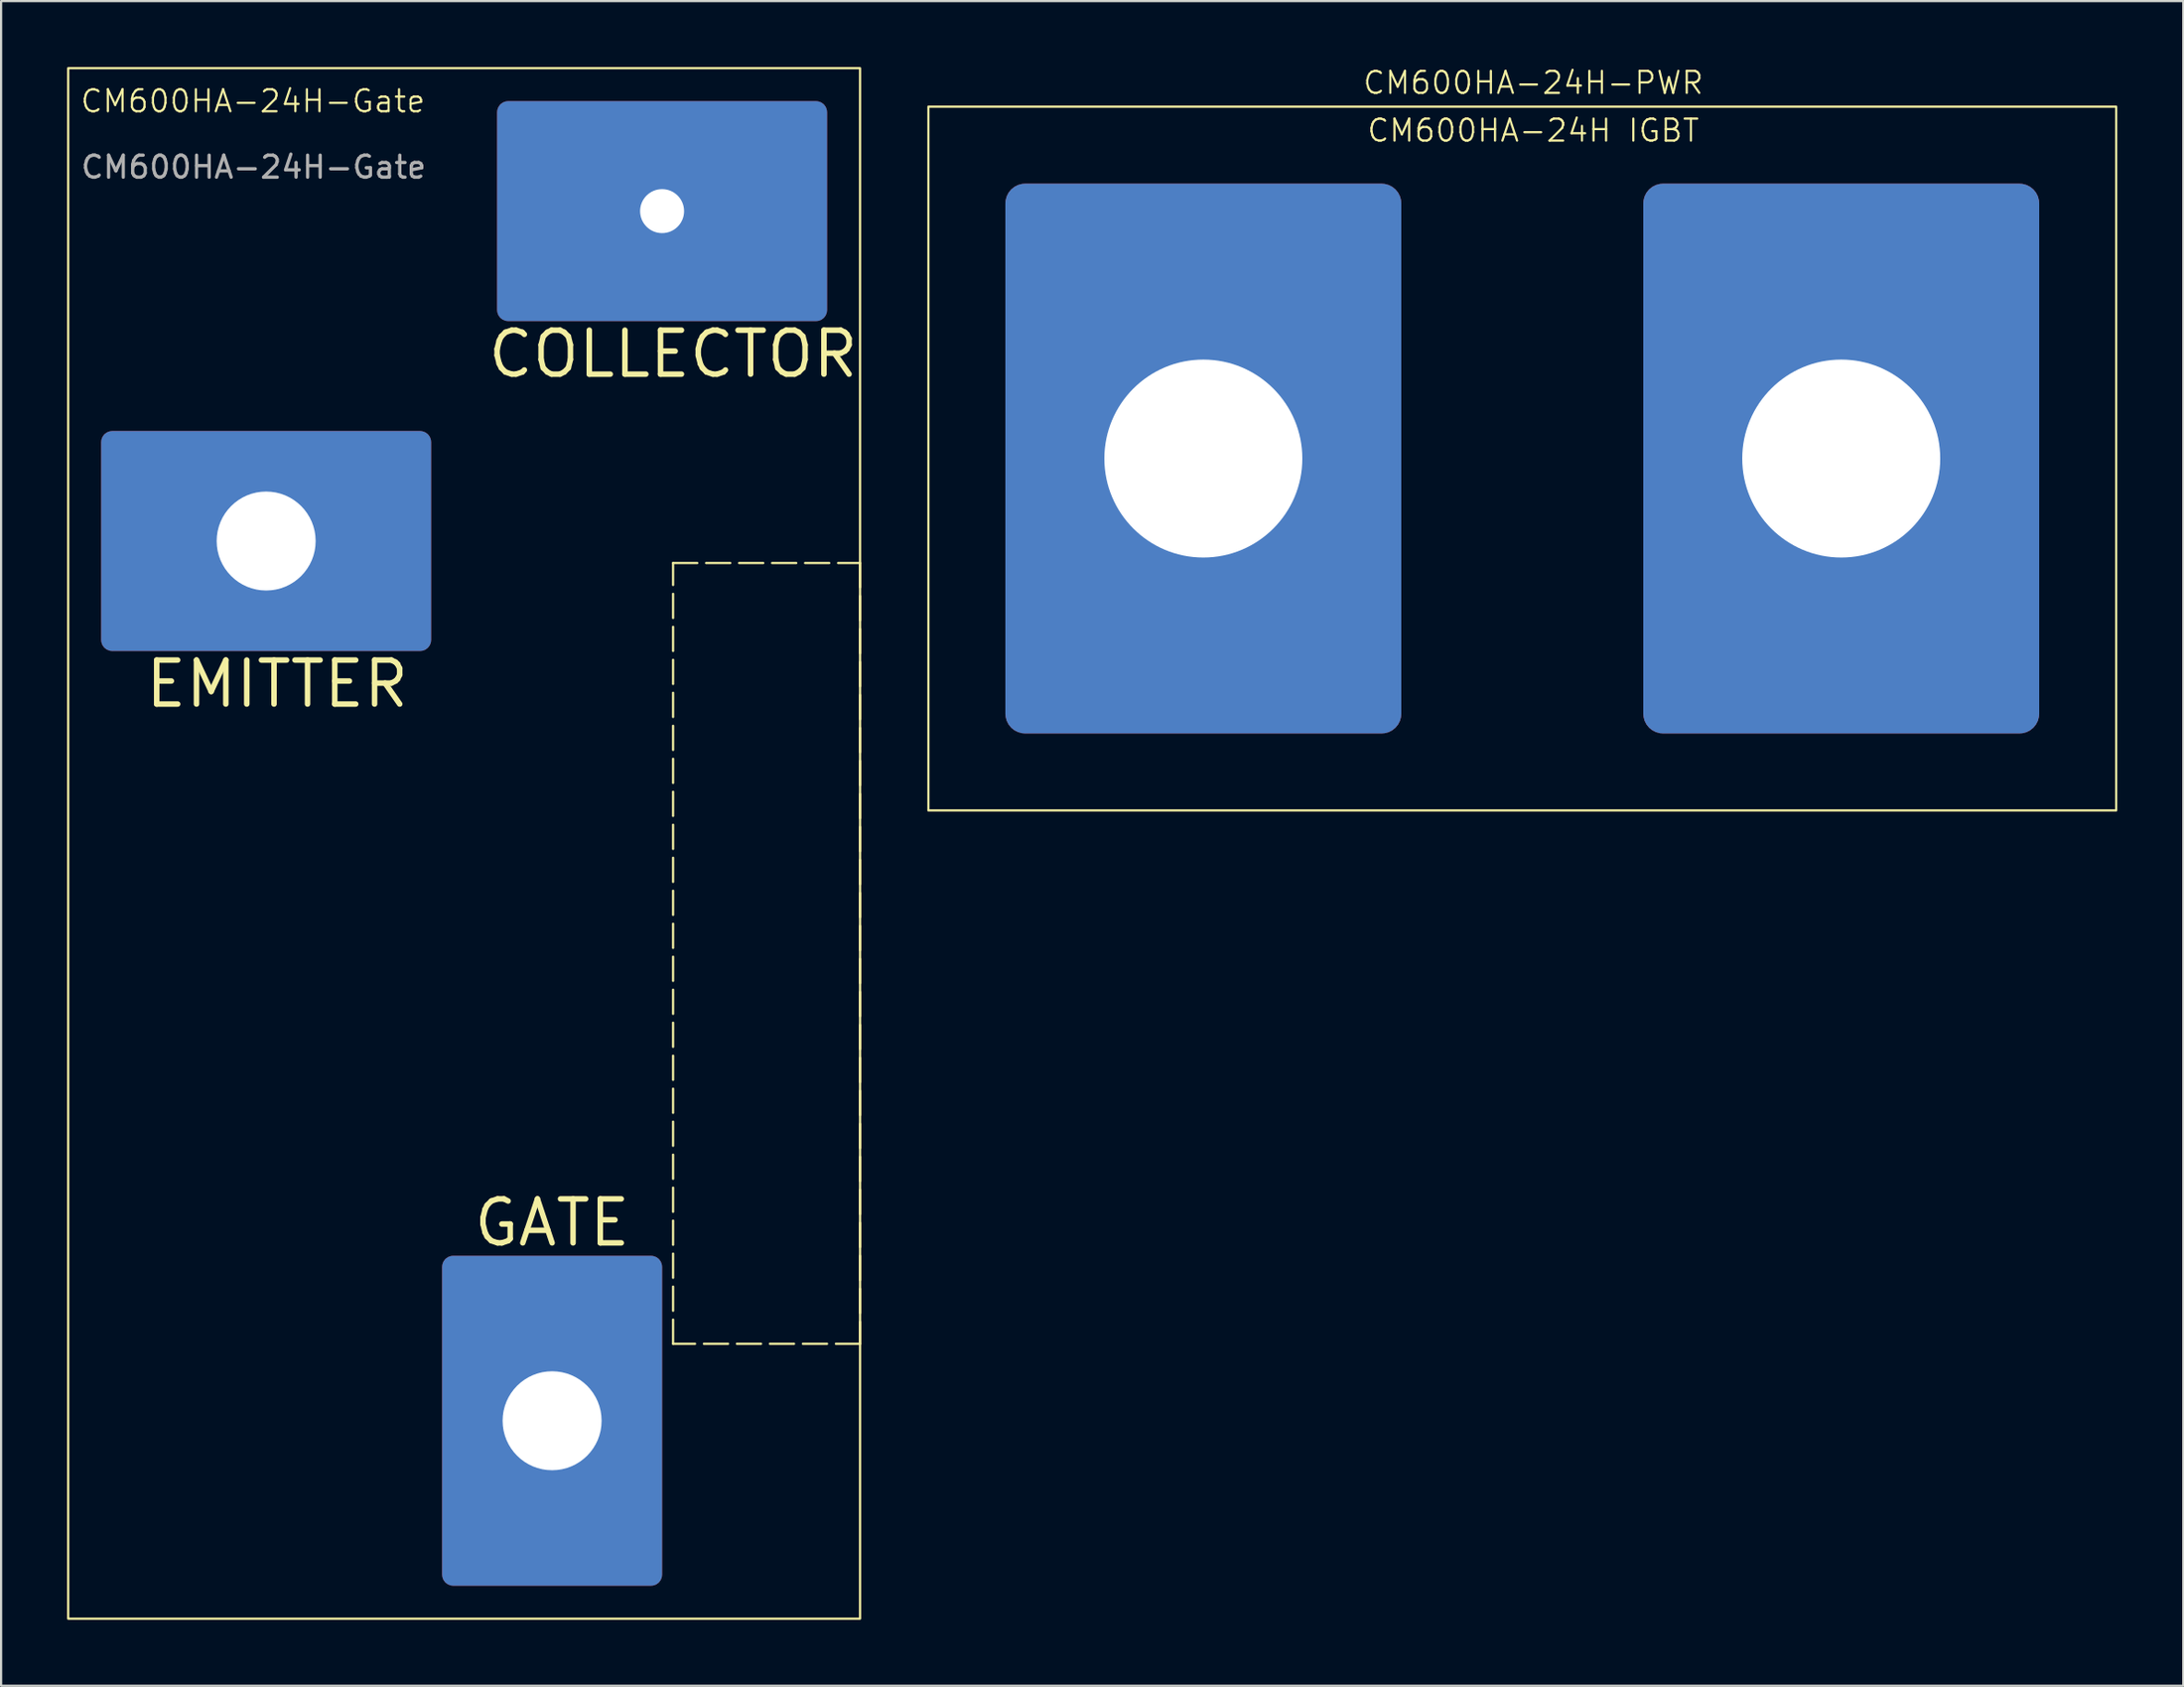
<source format=kicad_pcb>
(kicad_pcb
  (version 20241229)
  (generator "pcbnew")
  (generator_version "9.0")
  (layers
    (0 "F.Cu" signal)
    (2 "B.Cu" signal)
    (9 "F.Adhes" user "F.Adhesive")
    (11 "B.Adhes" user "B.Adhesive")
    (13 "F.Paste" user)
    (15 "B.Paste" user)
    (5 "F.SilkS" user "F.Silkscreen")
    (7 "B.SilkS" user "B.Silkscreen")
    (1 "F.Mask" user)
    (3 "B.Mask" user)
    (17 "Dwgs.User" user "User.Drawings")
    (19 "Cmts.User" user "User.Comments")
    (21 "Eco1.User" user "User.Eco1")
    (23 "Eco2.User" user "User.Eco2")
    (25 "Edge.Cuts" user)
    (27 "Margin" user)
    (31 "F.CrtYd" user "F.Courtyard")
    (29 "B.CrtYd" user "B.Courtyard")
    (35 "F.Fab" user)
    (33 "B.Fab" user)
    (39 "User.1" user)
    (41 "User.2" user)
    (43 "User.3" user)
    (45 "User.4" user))
  (footprint "CM600HA-24H-PWR"
    (layer "F.Cu")
    (at 51.656 17.8)
    (property "Reference" "CM600HA-24H-PWR" (at 15 -16.5 0) (unlocked yes) (layer "F.SilkS") (effects (font (size 1 1) (thickness 0.1)) (justify bottom)))
    (attr smd)
    (fp_rect (start -12.5 -16) (end 41.5 16) (stroke (width 0.1) (type default)) (fill no) (layer "F.SilkS"))
    (fp_text user "CM600HA-24H IGBT" (at 15 -15.5 0) (unlocked yes) (layer "F.SilkS") (effects (font (size 1 1) (thickness 0.1)) (justify top)))
    (pad "1" thru_hole roundrect (at 0 0) (size 18 25) (drill 9) (layers "*.Cu" "*.Mask") (roundrect_rratio 0.05))
    (pad "2" thru_hole roundrect (at 29 0) (size 18 25) (drill 9) (layers "*.Cu" "*.Mask") (roundrect_rratio 0.05)))
  (footprint "CM600HA-24H-Gate"
    (layer "F.Cu")
    (at 22.05 61.55)
    (property "Reference" "CM600HA-24H-Gate" (at -21.5 -60 0) (unlocked yes) (layer "F.SilkS") (effects (font (size 1 1) (thickness 0.1)) (justify left)))
    (attr smd)
    (fp_rect (start -22 -61.5) (end 14 9) (stroke (width 0.1) (type default)) (fill no) (layer "F.SilkS"))
    (fp_rect (start 5.5 -39) (end 14 -3.5) (stroke (width 0.1) (type dash)) (fill no) (layer "F.SilkS"))
    (fp_text user "COLLECTOR" (at 5.5 -48.5 0) (unlocked yes) (layer "F.SilkS") (effects (font (size 2 2) (thickness 0.25))))
    (fp_text user "EMITTER" (at -12.5 -33.5 0) (unlocked yes) (layer "F.SilkS") (effects (font (size 2 2) (thickness 0.25))))
    (fp_text user "GATE" (at 0 -9 0) (unlocked yes) (layer "F.SilkS") (effects (font (size 2 2) (thickness 0.25))))
    (fp_text user "${REFERENCE}" (at -21.5 -57 0) (unlocked yes) (layer "F.Fab") (effects (font (size 1 1) (thickness 0.15)) (justify left)))
    (pad "1" thru_hole roundrect (at 5 -55 90) (size 10 15) (drill 2) (layers "*.Cu" "*.Mask") (roundrect_rratio 0.05))
    (pad "2" thru_hole roundrect (at -13 -40 90) (size 10 15) (drill 4.5) (layers "*.Cu" "*.Mask") (roundrect_rratio 0.05))
    (pad "3" thru_hole roundrect (at 0 0) (size 10 15) (drill 4.5) (layers "*.Cu" "*.Mask") (roundrect_rratio 0.05)))
  (gr_rect
    (start -3 -3)
    (end 96.206 73.6)
    (stroke (width 0.1) (type default))
    (fill no)
    (layer "Edge.Cuts")))
</source>
